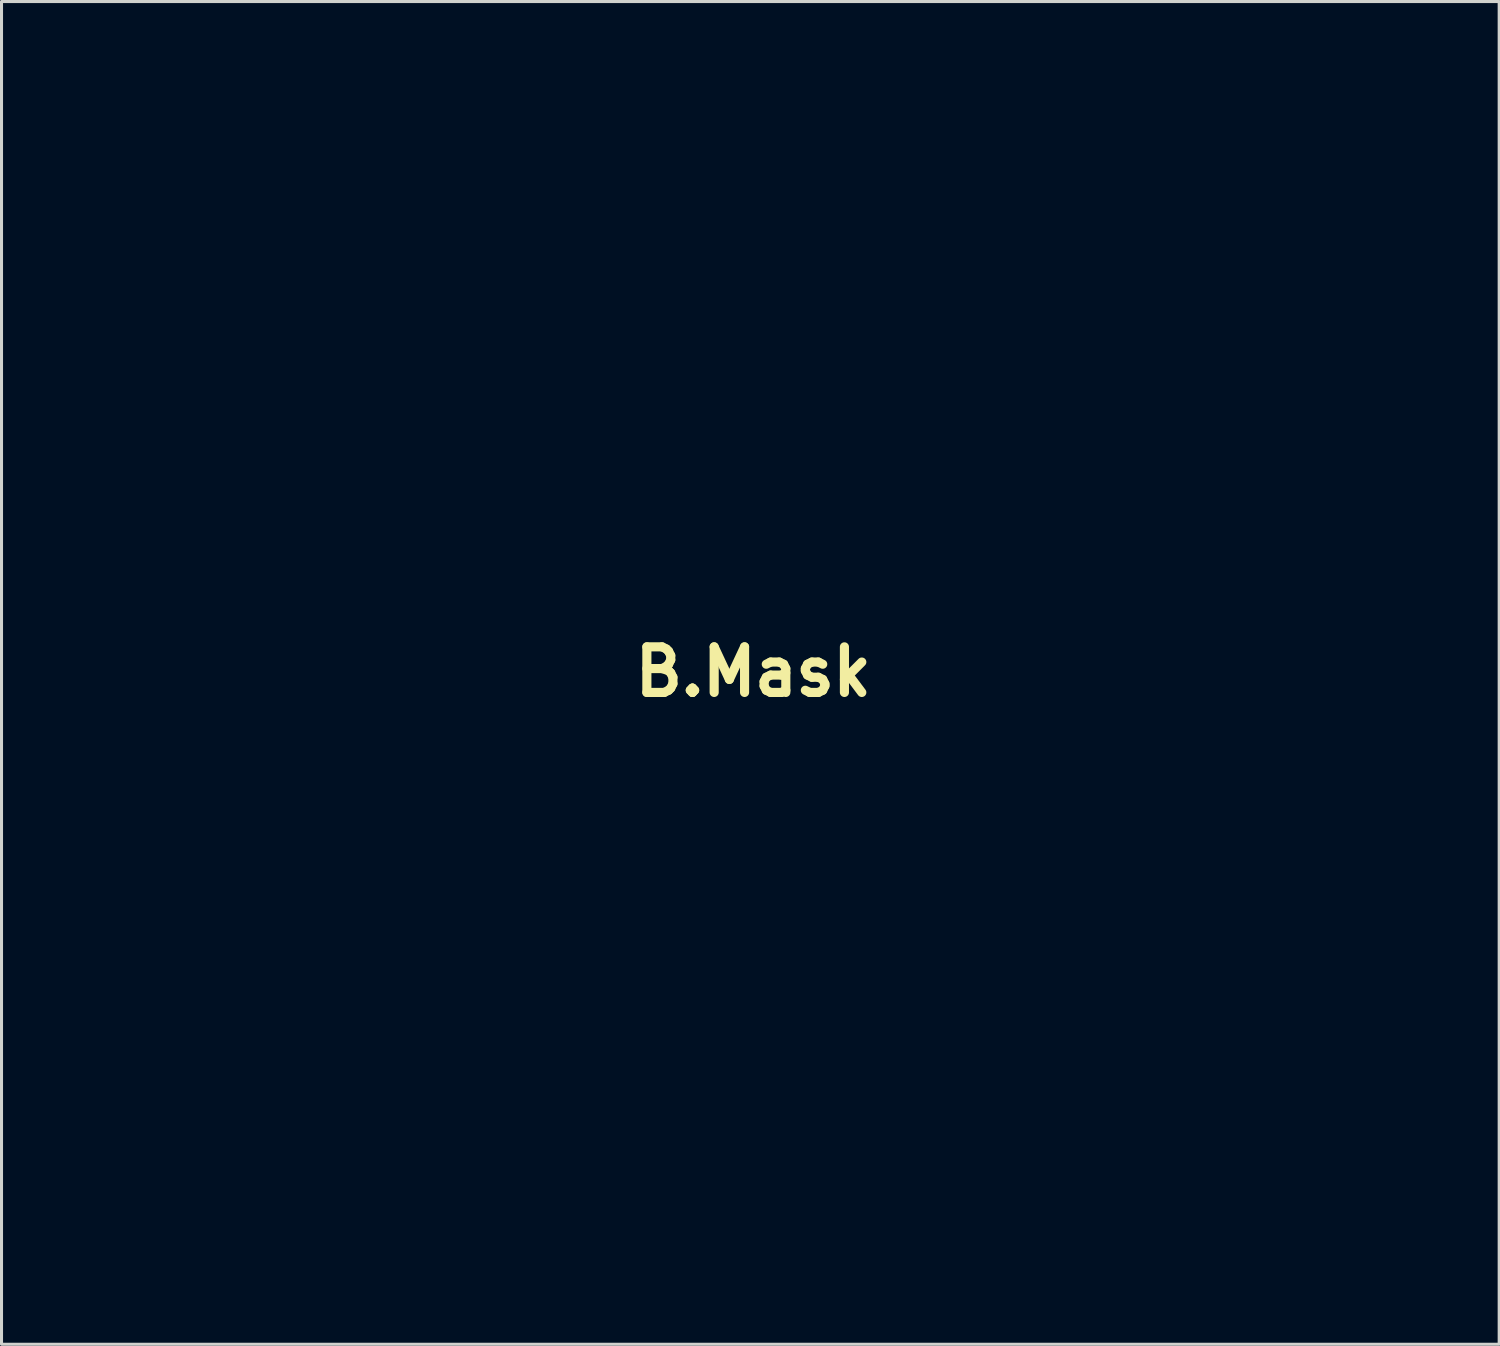
<source format=kicad_pcb>
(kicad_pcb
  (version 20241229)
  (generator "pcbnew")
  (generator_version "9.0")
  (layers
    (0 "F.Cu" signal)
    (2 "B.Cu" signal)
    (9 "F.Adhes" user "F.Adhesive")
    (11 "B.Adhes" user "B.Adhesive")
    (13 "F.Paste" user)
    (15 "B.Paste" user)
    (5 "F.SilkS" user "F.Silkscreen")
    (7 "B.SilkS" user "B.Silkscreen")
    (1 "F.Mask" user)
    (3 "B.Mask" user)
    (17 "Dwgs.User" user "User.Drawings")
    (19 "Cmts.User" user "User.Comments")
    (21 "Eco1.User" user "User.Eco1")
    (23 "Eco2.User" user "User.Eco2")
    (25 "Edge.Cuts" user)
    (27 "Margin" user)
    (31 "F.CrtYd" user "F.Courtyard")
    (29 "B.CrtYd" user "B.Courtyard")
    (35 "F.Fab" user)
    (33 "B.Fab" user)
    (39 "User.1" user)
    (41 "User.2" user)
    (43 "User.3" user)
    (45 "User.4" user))
  (footprint "B.Mask"
    (layer "F.Cu")
    (at 21.733 19.054)
    (property "Reference" "B.Mask" (at 0 0 0) (layer "F.SilkS") (effects (font (size 1.5 1.5) (thickness 0.3))))
    (attr board_only exclude_from_pos_files exclude_from_bom)
    (fp_poly (pts (xy -1.41 -4.146) (xy 0.191 -4.134) (xy 0.202 -0.943) (xy 0.213 2.247) (xy -1.399 2.247) (xy -3.011 2.247) (xy -3.011 -0.955) (xy -3.011 -4.157)) (stroke (width 0) (type solid)) (fill yes) (layer "B.Mask"))
    (fp_poly (pts (xy 17.848 12.488) (xy 17.871 12.505) (xy 17.85 12.548) (xy 17.768 12.633) (xy 17.633 12.752) (xy 17.455 12.898) (xy 17.241 13.066) (xy 17.001 13.247) (xy 16.743 13.435) (xy 16.476 13.623) (xy 16.472 13.625) (xy 16.265 13.766) (xy 16.117 13.862) (xy 16.017 13.918) (xy 15.956 13.941) (xy 15.923 13.934) (xy 15.914 13.918) (xy 15.886 13.847) (xy 15.834 13.72) (xy 15.769 13.563) (xy 15.746 13.507) (xy 15.682 13.348) (xy 15.633 13.215) (xy 15.607 13.131) (xy 15.605 13.117) (xy 15.645 13.08) (xy 15.764 13.026) (xy 15.965 12.956) (xy 16.247 12.867) (xy 16.61 12.762) (xy 16.962 12.664) (xy 17.267 12.583) (xy 17.5 12.526) (xy 17.669 12.492) (xy 17.782 12.48)) (stroke (width 0) (type solid)) (fill yes) (layer "B.Mask"))
    (fp_poly (pts (xy 6.148 9.222) (xy 6.292 9.294) (xy 6.493 9.408) (xy 6.755 9.567) (xy 6.954 9.692) (xy 7.183 9.839) (xy 7.433 10.004) (xy 7.694 10.18) (xy 7.959 10.36) (xy 8.216 10.538) (xy 8.458 10.708) (xy 8.675 10.862) (xy 8.857 10.995) (xy 8.995 11.1) (xy 9.081 11.171) (xy 9.104 11.199) (xy 9.071 11.236) (xy 8.987 11.316) (xy 8.865 11.428) (xy 8.718 11.561) (xy 8.558 11.704) (xy 8.398 11.846) (xy 8.251 11.974) (xy 8.129 12.079) (xy 8.046 12.147) (xy 8.015 12.169) (xy 7.984 12.137) (xy 7.911 12.046) (xy 7.803 11.907) (xy 7.669 11.731) (xy 7.516 11.528) (xy 7.484 11.485) (xy 7.155 11.038) (xy 6.862 10.631) (xy 6.608 10.267) (xy 6.395 9.951) (xy 6.226 9.684) (xy 6.103 9.472) (xy 6.027 9.316) (xy 6.001 9.222) (xy 6.009 9.197) (xy 6.055 9.191)) (stroke (width 0) (type solid)) (fill yes) (layer "B.Mask"))
    (fp_poly (pts (xy 6.994 13.274) (xy 7.143 13.279) (xy 7.234 13.29) (xy 7.279 13.308) (xy 7.293 13.335) (xy 7.293 13.34) (xy 7.29 13.424) (xy 7.279 13.569) (xy 7.264 13.754) (xy 7.245 13.957) (xy 7.226 14.159) (xy 7.208 14.337) (xy 7.193 14.47) (xy 7.184 14.534) (xy 7.14 14.61) (xy 7.091 14.626) (xy 7.032 14.616) (xy 6.902 14.589) (xy 6.711 14.547) (xy 6.472 14.494) (xy 6.195 14.432) (xy 5.893 14.362) (xy 5.852 14.353) (xy 5.533 14.28) (xy 5.226 14.21) (xy 4.945 14.148) (xy 4.704 14.095) (xy 4.518 14.055) (xy 4.4 14.032) (xy 4.399 14.032) (xy 4.257 14.002) (xy 4.154 13.972) (xy 4.113 13.948) (xy 4.113 13.948) (xy 4.153 13.913) (xy 4.264 13.861) (xy 4.436 13.794) (xy 4.659 13.718) (xy 4.922 13.634) (xy 5.215 13.547) (xy 5.528 13.46) (xy 5.831 13.38) (xy 6.063 13.327) (xy 6.275 13.295) (xy 6.501 13.278) (xy 6.774 13.273)) (stroke (width 0) (type solid)) (fill yes) (layer "B.Mask"))
    (fp_poly (pts (xy 15.711 8.792) (xy 15.703 8.911) (xy 15.682 9.075) (xy 15.65 9.27) (xy 15.609 9.485) (xy 15.56 9.706) (xy 15.506 9.921) (xy 15.45 10.118) (xy 15.424 10.199) (xy 15.361 10.373) (xy 15.28 10.581) (xy 15.188 10.809) (xy 15.089 11.044) (xy 14.989 11.272) (xy 14.895 11.482) (xy 14.812 11.659) (xy 14.746 11.79) (xy 14.702 11.862) (xy 14.69 11.872) (xy 14.634 11.852) (xy 14.528 11.798) (xy 14.398 11.724) (xy 14.266 11.64) (xy 14.112 11.537) (xy 13.953 11.426) (xy 13.804 11.318) (xy 13.68 11.224) (xy 13.596 11.155) (xy 13.569 11.124) (xy 13.597 11.089) (xy 13.674 10.998) (xy 13.796 10.858) (xy 13.955 10.676) (xy 14.147 10.459) (xy 14.363 10.215) (xy 14.599 9.949) (xy 14.616 9.931) (xy 14.853 9.664) (xy 15.073 9.418) (xy 15.267 9.199) (xy 15.431 9.015) (xy 15.558 8.872) (xy 15.642 8.778) (xy 15.676 8.739) (xy 15.676 8.739) (xy 15.702 8.731)) (stroke (width 0) (type solid)) (fill yes) (layer "B.Mask"))
    (fp_poly (pts (xy 11.43 6.823) (xy 11.473 6.927) (xy 11.53 7.083) (xy 11.598 7.275) (xy 11.671 7.49) (xy 11.745 7.712) (xy 11.814 7.927) (xy 11.873 8.119) (xy 11.918 8.275) (xy 11.932 8.332) (xy 11.97 8.506) (xy 12.01 8.719) (xy 12.043 8.924) (xy 12.043 8.926) (xy 12.064 9.054) (xy 12.1 9.242) (xy 12.145 9.473) (xy 12.198 9.731) (xy 12.253 9.998) (xy 12.309 10.258) (xy 12.36 10.493) (xy 12.404 10.686) (xy 12.437 10.821) (xy 12.448 10.858) (xy 12.448 10.896) (xy 12.408 10.909) (xy 12.31 10.902) (xy 12.245 10.893) (xy 12.117 10.883) (xy 11.927 10.879) (xy 11.698 10.879) (xy 11.455 10.883) (xy 11.218 10.892) (xy 11.012 10.903) (xy 10.859 10.918) (xy 10.84 10.921) (xy 10.755 10.927) (xy 10.73 10.891) (xy 10.736 10.824) (xy 10.788 10.494) (xy 10.844 10.135) (xy 10.905 9.755) (xy 10.968 9.364) (xy 11.032 8.971) (xy 11.095 8.584) (xy 11.157 8.213) (xy 11.215 7.865) (xy 11.268 7.551) (xy 11.315 7.279) (xy 11.354 7.058) (xy 11.384 6.896) (xy 11.402 6.804) (xy 11.408 6.785)) (stroke (width 0) (type solid)) (fill yes) (layer "B.Mask"))
    (fp_poly (pts (xy 11.555 12.013) (xy 11.898 12.026) (xy 12.174 12.045) (xy 12.404 12.074) (xy 12.605 12.117) (xy 12.796 12.177) (xy 12.997 12.256) (xy 13.095 12.3) (xy 13.519 12.537) (xy 13.925 12.854) (xy 14.31 13.249) (xy 14.672 13.717) (xy 15.007 14.257) (xy 15.179 14.581) (xy 15.263 14.755) (xy 15.329 14.901) (xy 15.369 15.001) (xy 15.376 15.041) (xy 15.312 15.069) (xy 15.179 15.101) (xy 14.993 15.134) (xy 14.768 15.167) (xy 14.521 15.197) (xy 14.267 15.222) (xy 14.267 15.222) (xy 14.145 15.228) (xy 13.951 15.234) (xy 13.693 15.239) (xy 13.381 15.244) (xy 13.023 15.248) (xy 12.629 15.251) (xy 12.207 15.254) (xy 11.767 15.256) (xy 11.318 15.258) (xy 10.869 15.259) (xy 10.428 15.259) (xy 10.005 15.258) (xy 9.609 15.257) (xy 9.248 15.254) (xy 8.933 15.251) (xy 8.671 15.247) (xy 8.472 15.243) (xy 8.345 15.237) (xy 8.315 15.234) (xy 8.171 15.217) (xy 8.199 14.764) (xy 8.252 14.289) (xy 8.356 13.868) (xy 8.519 13.486) (xy 8.697 13.203) (xy 10.26 13.203) (xy 10.321 13.384) (xy 10.446 13.552) (xy 10.633 13.696) (xy 10.879 13.808) (xy 11.11 13.866) (xy 11.226 13.883) (xy 11.329 13.888) (xy 11.449 13.879) (xy 11.613 13.855) (xy 11.68 13.844) (xy 11.92 13.775) (xy 12.127 13.658) (xy 12.291 13.507) (xy 12.403 13.332) (xy 12.452 13.146) (xy 12.427 12.962) (xy 12.424 12.954) (xy 12.327 12.781) (xy 12.169 12.632) (xy 11.979 12.516) (xy 11.866 12.461) (xy 11.76 12.428) (xy 11.634 12.41) (xy 11.462 12.404) (xy 11.364 12.403) (xy 11.163 12.406) (xy 11.017 12.419) (xy 10.9 12.446) (xy 10.781 12.493) (xy 10.717 12.523) (xy 10.492 12.667) (xy 10.343 12.835) (xy 10.266 13.017) (xy 10.26 13.203) (xy 8.697 13.203) (xy 8.747 13.124) (xy 9.049 12.767) (xy 9.128 12.686) (xy 9.358 12.48) (xy 9.606 12.315) (xy 9.882 12.188) (xy 10.196 12.098) (xy 10.559 12.04) (xy 10.981 12.012) (xy 11.473 12.011)) (stroke (width 0) (type solid)) (fill yes) (layer "B.Mask"))
    (fp_poly (pts (xy 0.167 -19.052) (xy 0.437 -19.041) (xy 0.665 -19.021) (xy 0.784 -19.002) (xy 1.454 -18.825) (xy 2.066 -18.586) (xy 2.622 -18.285) (xy 3.124 -17.92) (xy 3.577 -17.489) (xy 3.928 -17.064) (xy 4.222 -16.621) (xy 4.472 -16.144) (xy 4.685 -15.617) (xy 4.865 -15.028) (xy 4.917 -14.822) (xy 5.065 -14.324) (xy 5.255 -13.889) (xy 5.495 -13.501) (xy 5.796 -13.146) (xy 6.117 -12.848) (xy 6.643 -12.459) (xy 7.216 -12.134) (xy 7.821 -11.881) (xy 8.152 -11.778) (xy 8.234 -11.756) (xy 8.313 -11.738) (xy 8.395 -11.723) (xy 8.49 -11.711) (xy 8.607 -11.702) (xy 8.752 -11.695) (xy 8.934 -11.689) (xy 9.162 -11.686) (xy 9.443 -11.684) (xy 9.787 -11.683) (xy 10.2 -11.682) (xy 10.58 -11.682) (xy 11.057 -11.683) (xy 11.561 -11.684) (xy 12.076 -11.686) (xy 12.584 -11.688) (xy 13.067 -11.691) (xy 13.509 -11.694) (xy 13.893 -11.697) (xy 14.057 -11.699) (xy 14.456 -11.703) (xy 14.781 -11.705) (xy 15.042 -11.704) (xy 15.25 -11.7) (xy 15.415 -11.693) (xy 15.547 -11.682) (xy 15.658 -11.667) (xy 15.757 -11.648) (xy 15.763 -11.647) (xy 16.336 -11.475) (xy 16.88 -11.228) (xy 17.388 -10.911) (xy 17.855 -10.53) (xy 18.276 -10.091) (xy 18.646 -9.599) (xy 18.959 -9.06) (xy 19.21 -8.48) (xy 19.392 -7.865) (xy 19.407 -7.801) (xy 19.416 -7.752) (xy 19.425 -7.691) (xy 19.433 -7.616) (xy 19.44 -7.521) (xy 19.446 -7.402) (xy 19.452 -7.257) (xy 19.457 -7.079) (xy 19.462 -6.865) (xy 19.466 -6.612) (xy 19.47 -6.314) (xy 19.473 -5.968) (xy 19.476 -5.57) (xy 19.479 -5.115) (xy 19.482 -4.599) (xy 19.485 -4.019) (xy 19.487 -3.369) (xy 19.489 -2.647) (xy 19.492 -1.847) (xy 19.494 -1.128) (xy 19.496 -0.271) (xy 19.498 0.507) (xy 19.5 1.209) (xy 19.501 1.841) (xy 19.502 2.407) (xy 19.503 2.911) (xy 19.502 3.359) (xy 19.502 3.756) (xy 19.5 4.106) (xy 19.498 4.413) (xy 19.496 4.683) (xy 19.492 4.921) (xy 19.488 5.13) (xy 19.482 5.316) (xy 19.476 5.484) (xy 19.469 5.638) (xy 19.461 5.783) (xy 19.451 5.923) (xy 19.441 6.064) (xy 19.429 6.21) (xy 19.416 6.367) (xy 19.413 6.398) (xy 19.38 6.86) (xy 19.353 7.373) (xy 19.333 7.925) (xy 19.319 8.5) (xy 19.311 9.085) (xy 19.31 9.666) (xy 19.315 10.228) (xy 19.327 10.758) (xy 19.346 11.241) (xy 19.371 11.664) (xy 19.392 11.916) (xy 19.508 12.909) (xy 19.652 13.833) (xy 19.826 14.7) (xy 20.035 15.52) (xy 20.282 16.307) (xy 20.57 17.072) (xy 20.903 17.827) (xy 21.284 18.584) (xy 21.387 18.774) (xy 21.475 18.937) (xy 21.525 19.039) (xy 21.542 19.096) (xy 21.528 19.119) (xy 21.488 19.124) (xy 21.485 19.124) (xy 21.44 19.112) (xy 21.391 19.068) (xy 21.331 18.981) (xy 21.252 18.839) (xy 21.147 18.631) (xy 21.144 18.626) (xy 21.067 18.473) (xy 20.957 18.258) (xy 20.818 17.992) (xy 20.659 17.687) (xy 20.485 17.355) (xy 20.302 17.008) (xy 20.117 16.659) (xy 20.115 16.656) (xy 19.937 16.32) (xy 19.768 16) (xy 19.613 15.703) (xy 19.476 15.441) (xy 19.363 15.223) (xy 19.279 15.058) (xy 19.229 14.957) (xy 19.225 14.948) (xy 19.181 14.841) (xy 19.141 14.719) (xy 19.103 14.575) (xy 19.068 14.402) (xy 19.034 14.195) (xy 19.001 13.948) (xy 18.968 13.655) (xy 18.934 13.309) (xy 18.899 12.904) (xy 18.861 12.435) (xy 18.821 11.895) (xy 18.777 11.278) (xy 18.764 11.089) (xy 18.712 10.377) (xy 18.663 9.746) (xy 18.615 9.189) (xy 18.567 8.703) (xy 18.52 8.283) (xy 18.471 7.923) (xy 18.422 7.62) (xy 18.372 7.367) (xy 18.318 7.161) (xy 18.263 6.998) (xy 18.192 6.846) (xy 18.115 6.751) (xy 18.017 6.689) (xy 17.811 6.61) (xy 17.525 6.536) (xy 17.158 6.468) (xy 16.71 6.404) (xy 16.182 6.346) (xy 15.572 6.293) (xy 14.879 6.245) (xy 14.105 6.202) (xy 13.247 6.164) (xy 12.307 6.131) (xy 11.283 6.102) (xy 10.174 6.079) (xy 9.498 6.068) (xy 9.257 6.065) (xy 8.942 6.063) (xy 8.558 6.061) (xy 8.109 6.059) (xy 7.601 6.058) (xy 7.037 6.057) (xy 6.423 6.056) (xy 5.763 6.056) (xy 5.062 6.056) (xy 4.324 6.056) (xy 3.555 6.057) (xy 2.758 6.058) (xy 1.94 6.059) (xy 1.104 6.06) (xy 0.254 6.062) (xy -0.603 6.064) (xy -1.464 6.066) (xy -2.324 6.068) (xy -3.178 6.071) (xy -4.022 6.074) (xy -4.85 6.077) (xy -5.659 6.08) (xy -6.443 6.083) (xy -7.197 6.086) (xy -7.918 6.09) (xy -8.6 6.093) (xy -9.239 6.097) (xy -9.83 6.1) (xy -10.368 6.104) (xy -10.848 6.108) (xy -11.267 6.112) (xy -11.619 6.116) (xy -11.899 6.119) (xy -12.103 6.123) (xy -12.212 6.127) (xy -12.383 6.133) (xy -12.624 6.141) (xy -12.921 6.151) (xy -13.26 6.162) (xy -13.625 6.173) (xy -14.004 6.185) (xy -14.269 6.193) (xy -15.192 6.222) (xy -16.054 6.256) (xy -16.852 6.294) (xy -17.586 6.336) (xy -18.251 6.381) (xy -18.848 6.43) (xy -19.373 6.482) (xy -19.824 6.537) (xy -20.199 6.594) (xy -20.497 6.655) (xy -20.714 6.717) (xy -20.85 6.782) (xy -20.876 6.804) (xy -20.906 6.853) (xy -20.932 6.941) (xy -20.955 7.078) (xy -20.977 7.275) (xy -20.999 7.54) (xy -21.011 7.718) (xy -21.031 8.002) (xy -21.049 8.212) (xy -21.067 8.359) (xy -21.085 8.452) (xy -21.107 8.503) (xy -21.134 8.522) (xy -21.144 8.523) (xy -21.177 8.51) (xy -21.191 8.457) (xy -21.189 8.349) (xy -21.18 8.237) (xy -21.172 8.073) (xy -21.174 7.841) (xy -21.182 7.555) (xy -21.198 7.233) (xy -21.219 6.888) (xy -21.245 6.538) (xy -21.276 6.198) (xy -21.307 5.899) (xy -21.323 5.735) (xy -21.341 5.499) (xy -21.359 5.204) (xy -21.379 4.863) (xy -21.397 4.488) (xy -21.415 4.093) (xy -21.427 3.816) (xy -20.82 3.816) (xy -20.82 5.385) (xy -14.481 5.385) (xy -8.142 5.385) (xy -8.142 3.816) (xy -8.142 2.247) (xy -14.481 2.247) (xy -20.82 2.247) (xy -20.82 3.816) (xy -21.427 3.816) (xy -21.432 3.689) (xy -21.435 3.601) (xy -21.452 3.137) (xy -21.471 2.625) (xy -21.492 2.088) (xy -21.512 1.551) (xy -21.532 1.035) (xy -21.55 0.564) (xy -21.562 0.276) (xy -21.596 -0.596) (xy -21.605 -0.823) (xy -20.986 -0.823) (xy -20.978 -0.781) (xy -20.951 -0.668) (xy -20.908 -0.496) (xy -20.851 -0.276) (xy -20.784 -0.018) (xy -20.71 0.266) (xy -20.631 0.565) (xy -20.55 0.867) (xy -20.471 1.162) (xy -20.396 1.439) (xy -20.329 1.686) (xy -20.272 1.893) (xy -20.228 2.047) (xy -20.2 2.139) (xy -20.195 2.153) (xy -20.14 2.192) (xy -20.083 2.188) (xy -20.032 2.174) (xy -19.904 2.14) (xy -19.704 2.086) (xy -19.435 2.015) (xy -19.103 1.926) (xy -18.712 1.821) (xy -18.267 1.702) (xy -17.772 1.569) (xy -17.233 1.425) (xy -16.653 1.269) (xy -16.037 1.105) (xy -15.391 0.931) (xy -14.718 0.751) (xy -14.472 0.685) (xy -6.144 0.685) (xy -6.144 1.139) (xy -6.142 1.531) (xy -6.137 1.867) (xy -6.131 2.153) (xy -6.121 2.395) (xy -6.109 2.599) (xy -6.092 2.771) (xy -6.072 2.916) (xy -6.048 3.04) (xy -6.018 3.149) (xy -5.984 3.25) (xy -5.944 3.346) (xy -5.898 3.446) (xy -5.846 3.553) (xy -5.831 3.583) (xy -5.566 4.036) (xy -5.241 4.432) (xy -4.861 4.768) (xy -4.432 5.038) (xy -3.96 5.237) (xy -3.74 5.302) (xy -3.441 5.354) (xy -3.095 5.374) (xy -2.736 5.365) (xy -2.394 5.326) (xy -2.101 5.258) (xy -2.099 5.258) (xy -1.605 5.06) (xy -1.162 4.796) (xy -0.775 4.47) (xy -0.447 4.086) (xy -0.181 3.646) (xy -0.173 3.629) (xy -0.096 3.464) (xy -0.033 3.305) (xy 0.023 3.131) (xy 0.078 2.921) (xy 0.138 2.655) (xy 0.162 2.544) (xy 0.173 2.519) (xy 0.182 2.561) (xy 0.19 2.673) (xy 0.197 2.858) (xy 0.201 3.119) (xy 0.205 3.46) (xy 0.207 3.869) (xy 0.212 5.385) (xy 1.781 5.385) (xy 3.35 5.385) (xy 5.934 5.385) (xy 7.504 5.385) (xy 9.074 5.385) (xy 9.074 2.389) (xy 9.075 1.894) (xy 9.076 1.425) (xy 9.077 0.989) (xy 9.079 0.593) (xy 9.082 0.242) (xy 9.084 -0.055) (xy 9.087 -0.293) (xy 9.091 -0.464) (xy 9.095 -0.563) (xy 9.098 -0.585) (xy 9.117 -0.535) (xy 9.15 -0.424) (xy 9.19 -0.272) (xy 9.204 -0.212) (xy 9.36 0.262) (xy 9.589 0.703) (xy 9.885 1.104) (xy 10.239 1.457) (xy 10.645 1.752) (xy 11.094 1.982) (xy 11.301 2.06) (xy 11.661 2.149) (xy 12.061 2.196) (xy 12.469 2.199) (xy 12.85 2.156) (xy 12.916 2.143) (xy 13.404 1.994) (xy 13.859 1.772) (xy 14.271 1.483) (xy 14.632 1.134) (xy 14.934 0.733) (xy 15.093 0.449) (xy 15.17 0.284) (xy 15.233 0.125) (xy 15.288 -0.049) (xy 15.343 -0.259) (xy 15.403 -0.525) (xy 15.427 -0.636) (xy 15.436 -0.638) (xy 15.443 -0.556) (xy 15.45 -0.39) (xy 15.456 -0.141) (xy 15.461 0.193) (xy 15.465 0.61) (xy 15.469 1.112) (xy 15.471 1.698) (xy 15.472 2.279) (xy 15.477 5.385) (xy 17.046 5.385) (xy 18.615 5.385) (xy 18.615 0.557) (xy 18.615 -0.219) (xy 18.615 -0.916) (xy 18.614 -1.537) (xy 18.613 -2.088) (xy 18.611 -2.573) (xy 18.608 -2.999) (xy 18.604 -3.369) (xy 18.598 -3.688) (xy 18.591 -3.961) (xy 18.582 -4.194) (xy 18.572 -4.39) (xy 18.559 -4.555) (xy 18.543 -4.694) (xy 18.525 -4.812) (xy 18.505 -4.913) (xy 18.481 -5.003) (xy 18.455 -5.086) (xy 18.425 -5.167) (xy 18.392 -5.251) (xy 18.385 -5.268) (xy 18.152 -5.734) (xy 17.853 -6.151) (xy 17.494 -6.513) (xy 17.082 -6.813) (xy 16.622 -7.046) (xy 16.254 -7.173) (xy 15.935 -7.237) (xy 15.574 -7.267) (xy 15.204 -7.263) (xy 14.859 -7.226) (xy 14.693 -7.19) (xy 14.206 -7.021) (xy 13.759 -6.782) (xy 13.36 -6.479) (xy 13.014 -6.12) (xy 12.728 -5.711) (xy 12.507 -5.26) (xy 12.358 -4.772) (xy 12.319 -4.558) (xy 12.287 -4.346) (xy 12.209 -4.728) (xy 12.067 -5.215) (xy 11.852 -5.669) (xy 11.57 -6.082) (xy 11.229 -6.446) (xy 10.835 -6.755) (xy 10.396 -7) (xy 9.919 -7.175) (xy 9.859 -7.191) (xy 9.541 -7.247) (xy 9.179 -7.269) (xy 8.809 -7.257) (xy 8.463 -7.212) (xy 8.298 -7.173) (xy 7.808 -6.993) (xy 7.362 -6.743) (xy 6.966 -6.429) (xy 6.623 -6.055) (xy 6.341 -5.628) (xy 6.124 -5.153) (xy 6.033 -4.866) (xy 6.022 -4.82) (xy 6.012 -4.764) (xy 6.004 -4.694) (xy 5.996 -4.604) (xy 5.989 -4.491) (xy 5.983 -4.349) (xy 5.977 -4.174) (xy 5.973 -3.961) (xy 5.968 -3.705) (xy 5.965 -3.401) (xy 5.962 -3.046) (xy 5.959 -2.633) (xy 5.956 -2.159) (xy 5.954 -1.619) (xy 5.952 -1.008) (xy 5.95 -0.321) (xy 5.948 0.392) (xy 5.934 5.385) (xy 3.35 5.385) (xy 3.35 -0.954) (xy 3.35 -7.293) (xy 1.781 -7.293) (xy 0.212 -7.293) (xy 0.208 -5.778) (xy 0.206 -5.348) (xy 0.202 -5.002) (xy 0.197 -4.737) (xy 0.19 -4.551) (xy 0.181 -4.444) (xy 0.171 -4.413) (xy 0.164 -4.431) (xy 0.133 -4.566) (xy 0.093 -4.74) (xy 0.062 -4.876) (xy 0.015 -5.038) (xy -0.059 -5.241) (xy -0.149 -5.453) (xy -0.197 -5.555) (xy -0.297 -5.747) (xy -0.394 -5.904) (xy -0.507 -6.051) (xy -0.653 -6.211) (xy -0.781 -6.341) (xy -1.152 -6.668) (xy -1.533 -6.918) (xy -1.942 -7.099) (xy -2.393 -7.218) (xy -2.638 -7.257) (xy -3.126 -7.277) (xy -3.613 -7.216) (xy -4.091 -7.076) (xy -4.551 -6.859) (xy -4.985 -6.569) (xy -5.077 -6.494) (xy -5.339 -6.234) (xy -5.586 -5.911) (xy -5.804 -5.546) (xy -5.98 -5.16) (xy -6.028 -5.025) (xy -6.127 -4.728) (xy -6.139 -1.103) (xy -6.142 -0.43) (xy -6.143 0.164) (xy -6.144 0.685) (xy -14.472 0.685) (xy -14.023 0.565) (xy -14.005 0.56) (xy -13.311 0.374) (xy -12.639 0.194) (xy -11.994 0.02) (xy -11.381 -0.145) (xy -10.804 -0.3) (xy -10.268 -0.445) (xy -9.777 -0.578) (xy -9.336 -0.698) (xy -8.949 -0.803) (xy -8.621 -0.893) (xy -8.357 -0.966) (xy -8.16 -1.02) (xy -8.037 -1.056) (xy -7.99 -1.07) (xy -7.99 -1.07) (xy -7.996 -1.115) (xy -8.021 -1.229) (xy -8.062 -1.403) (xy -8.117 -1.626) (xy -8.183 -1.885) (xy -8.256 -2.17) (xy -8.334 -2.47) (xy -8.414 -2.773) (xy -8.493 -3.068) (xy -8.567 -3.345) (xy -8.635 -3.591) (xy -8.693 -3.796) (xy -8.737 -3.948) (xy -8.766 -4.037) (xy -8.773 -4.052) (xy -8.817 -4.048) (xy -8.943 -4.022) (xy -9.148 -3.973) (xy -9.431 -3.903) (xy -9.791 -3.812) (xy -10.228 -3.7) (xy -10.74 -3.567) (xy -11.325 -3.414) (xy -11.983 -3.24) (xy -12.713 -3.047) (xy -13.513 -2.834) (xy -14.383 -2.602) (xy -14.884 -2.468) (xy -15.583 -2.28) (xy -16.26 -2.099) (xy -16.91 -1.924) (xy -17.529 -1.758) (xy -18.111 -1.602) (xy -18.653 -1.456) (xy -19.149 -1.322) (xy -19.596 -1.201) (xy -19.989 -1.095) (xy -20.324 -1.005) (xy -20.595 -0.931) (xy -20.798 -0.875) (xy -20.93 -0.839) (xy -20.984 -0.823) (xy -20.986 -0.823) (xy -21.605 -0.823) (xy -21.627 -1.388) (xy -21.653 -2.104) (xy -21.676 -2.75) (xy -21.695 -3.329) (xy -21.71 -3.847) (xy -21.721 -4.307) (xy -21.728 -4.716) (xy -21.732 -5.076) (xy -21.733 -5.394) (xy -21.73 -5.672) (xy -21.729 -5.725) (xy -20.82 -5.725) (xy -20.82 -4.156) (xy -14.481 -4.156) (xy -8.142 -4.156) (xy -8.142 -5.725) (xy -8.142 -7.293) (xy -14.481 -7.293) (xy -20.82 -7.293) (xy -20.82 -5.725) (xy -21.729 -5.725) (xy -21.723 -5.917) (xy -21.714 -6.133) (xy -21.7 -6.324) (xy -21.684 -6.495) (xy -21.664 -6.65) (xy -21.643 -6.785) (xy -21.487 -7.447) (xy -21.255 -8.079) (xy -20.951 -8.678) (xy -20.582 -9.236) (xy -20.152 -9.75) (xy -19.665 -10.213) (xy -19.128 -10.621) (xy -18.545 -10.969) (xy -17.921 -11.25) (xy -17.261 -11.461) (xy -17.046 -11.512) (xy -16.904 -11.537) (xy -16.717 -11.559) (xy -16.483 -11.579) (xy -16.197 -11.597) (xy -15.856 -11.612) (xy -15.456 -11.624) (xy -14.994 -11.635) (xy -14.464 -11.643) (xy -13.865 -11.65) (xy -13.191 -11.655) (xy -12.44 -11.658) (xy -11.718 -11.659) (xy -11.103 -11.66) (xy -10.568 -11.661) (xy -10.105 -11.663) (xy -9.711 -11.666) (xy -9.378 -11.67) (xy -9.101 -11.675) (xy -8.875 -11.681) (xy -8.693 -11.688) (xy -8.551 -11.697) (xy -8.441 -11.707) (xy -8.359 -11.718) (xy -8.347 -11.721) (xy -7.767 -11.873) (xy -7.207 -12.1) (xy -6.682 -12.394) (xy -6.203 -12.75) (xy -5.871 -13.065) (xy -5.635 -13.332) (xy -5.442 -13.594) (xy -5.281 -13.871) (xy -5.142 -14.183) (xy -5.066 -14.402) (xy -1.955 -14.402) (xy -1.916 -13.986) (xy -1.8 -13.604) (xy -1.613 -13.262) (xy -1.357 -12.965) (xy -1.036 -12.72) (xy -0.88 -12.632) (xy -0.722 -12.559) (xy -0.567 -12.498) (xy -0.477 -12.47) (xy -0.237 -12.436) (xy 0.041 -12.43) (xy 0.32 -12.45) (xy 0.561 -12.496) (xy 0.588 -12.504) (xy 0.889 -12.621) (xy 1.145 -12.775) (xy 1.386 -12.987) (xy 1.453 -13.057) (xy 1.699 -13.38) (xy 1.87 -13.732) (xy 1.968 -14.102) (xy 1.99 -14.479) (xy 1.939 -14.852) (xy 1.812 -15.213) (xy 1.61 -15.55) (xy 1.481 -15.706) (xy 1.17 -15.99) (xy 0.828 -16.195) (xy 0.457 -16.321) (xy 0.06 -16.367) (xy 0.028 -16.367) (xy -0.382 -16.328) (xy -0.76 -16.215) (xy -1.098 -16.036) (xy -1.39 -15.797) (xy -1.629 -15.506) (xy -1.807 -15.17) (xy -1.918 -14.794) (xy -1.955 -14.402) (xy -5.066 -14.402) (xy -5.014 -14.55) (xy -4.946 -14.778) (xy -4.874 -15.014) (xy -4.795 -15.259) (xy -4.719 -15.481) (xy -4.668 -15.617) (xy -4.369 -16.268) (xy -4.015 -16.857) (xy -3.609 -17.383) (xy -3.152 -17.844) (xy -2.647 -18.237) (xy -2.096 -18.562) (xy -1.501 -18.815) (xy -0.865 -18.994) (xy -0.827 -19.003) (xy -0.642 -19.029) (xy -0.397 -19.046) (xy -0.119 -19.054)) (stroke (width 0) (type solid)) (fill yes) (layer "B.Mask")))
  (gr_rect
    (start -3 -3)
    (end 46.275 41.178)
    (stroke (width 0.1) (type default))
    (fill no)
    (layer "Edge.Cuts")))
</source>
